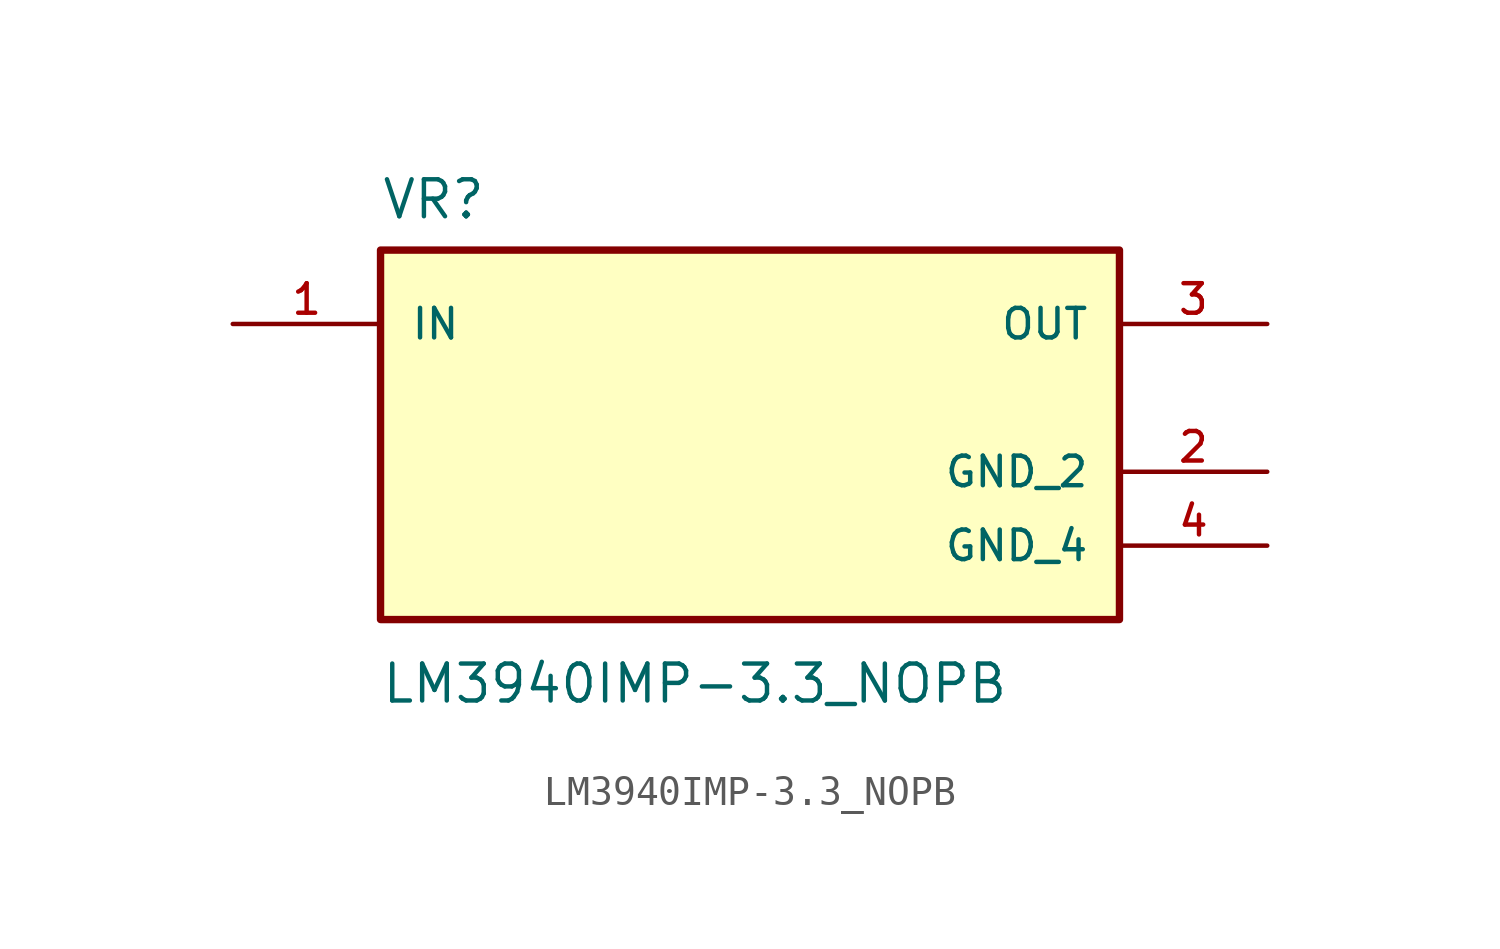
<source format=kicad_sym>
(kicad_symbol_lib
  (version 20211014)
  (generator kicad_symbol_editor)
  (symbol "LM3940IMP-3.3_NOPB"
    (pin_names
      (offset 1.016))
    (property "Reference" "VR"
      (at -12.7 6.08 0.0)
      (effects (font (size 1.27 1.27)) (justify bottom left)))
    (property "Value" "LM3940IMP-3.3_NOPB"
      (at -12.7 -9.08 0.0)
      (effects (font (size 1.27 1.27)) (justify top left)))
    (symbol "LM3940IMP-3.3_NOPB_0_0"
      (rectangle (start -12.7 -7.62) (end 12.7 5.08) (stroke (width 0.254)) (fill (type background)))
      (pin input line (at -17.78 2.54 0) (length 5.08) (name "IN" (effects (font (size 1.016 1.016)))) (number "1" (effects (font (size 1.016 1.016)))))
      (pin output line (at 17.78 2.54 180.0) (length 5.08) (name "OUT" (effects (font (size 1.016 1.016)))) (number "3" (effects (font (size 1.016 1.016)))))
      (pin power_in line (at 17.78 -2.54 180.0) (length 5.08) (name "GND_2" (effects (font (size 1.016 1.016)))) (number "2" (effects (font (size 1.016 1.016)))))
      (pin power_in line (at 17.78 -5.08 180.0) (length 5.08) (name "GND_4" (effects (font (size 1.016 1.016)))) (number "4" (effects (font (size 1.016 1.016))))))))
</source>
